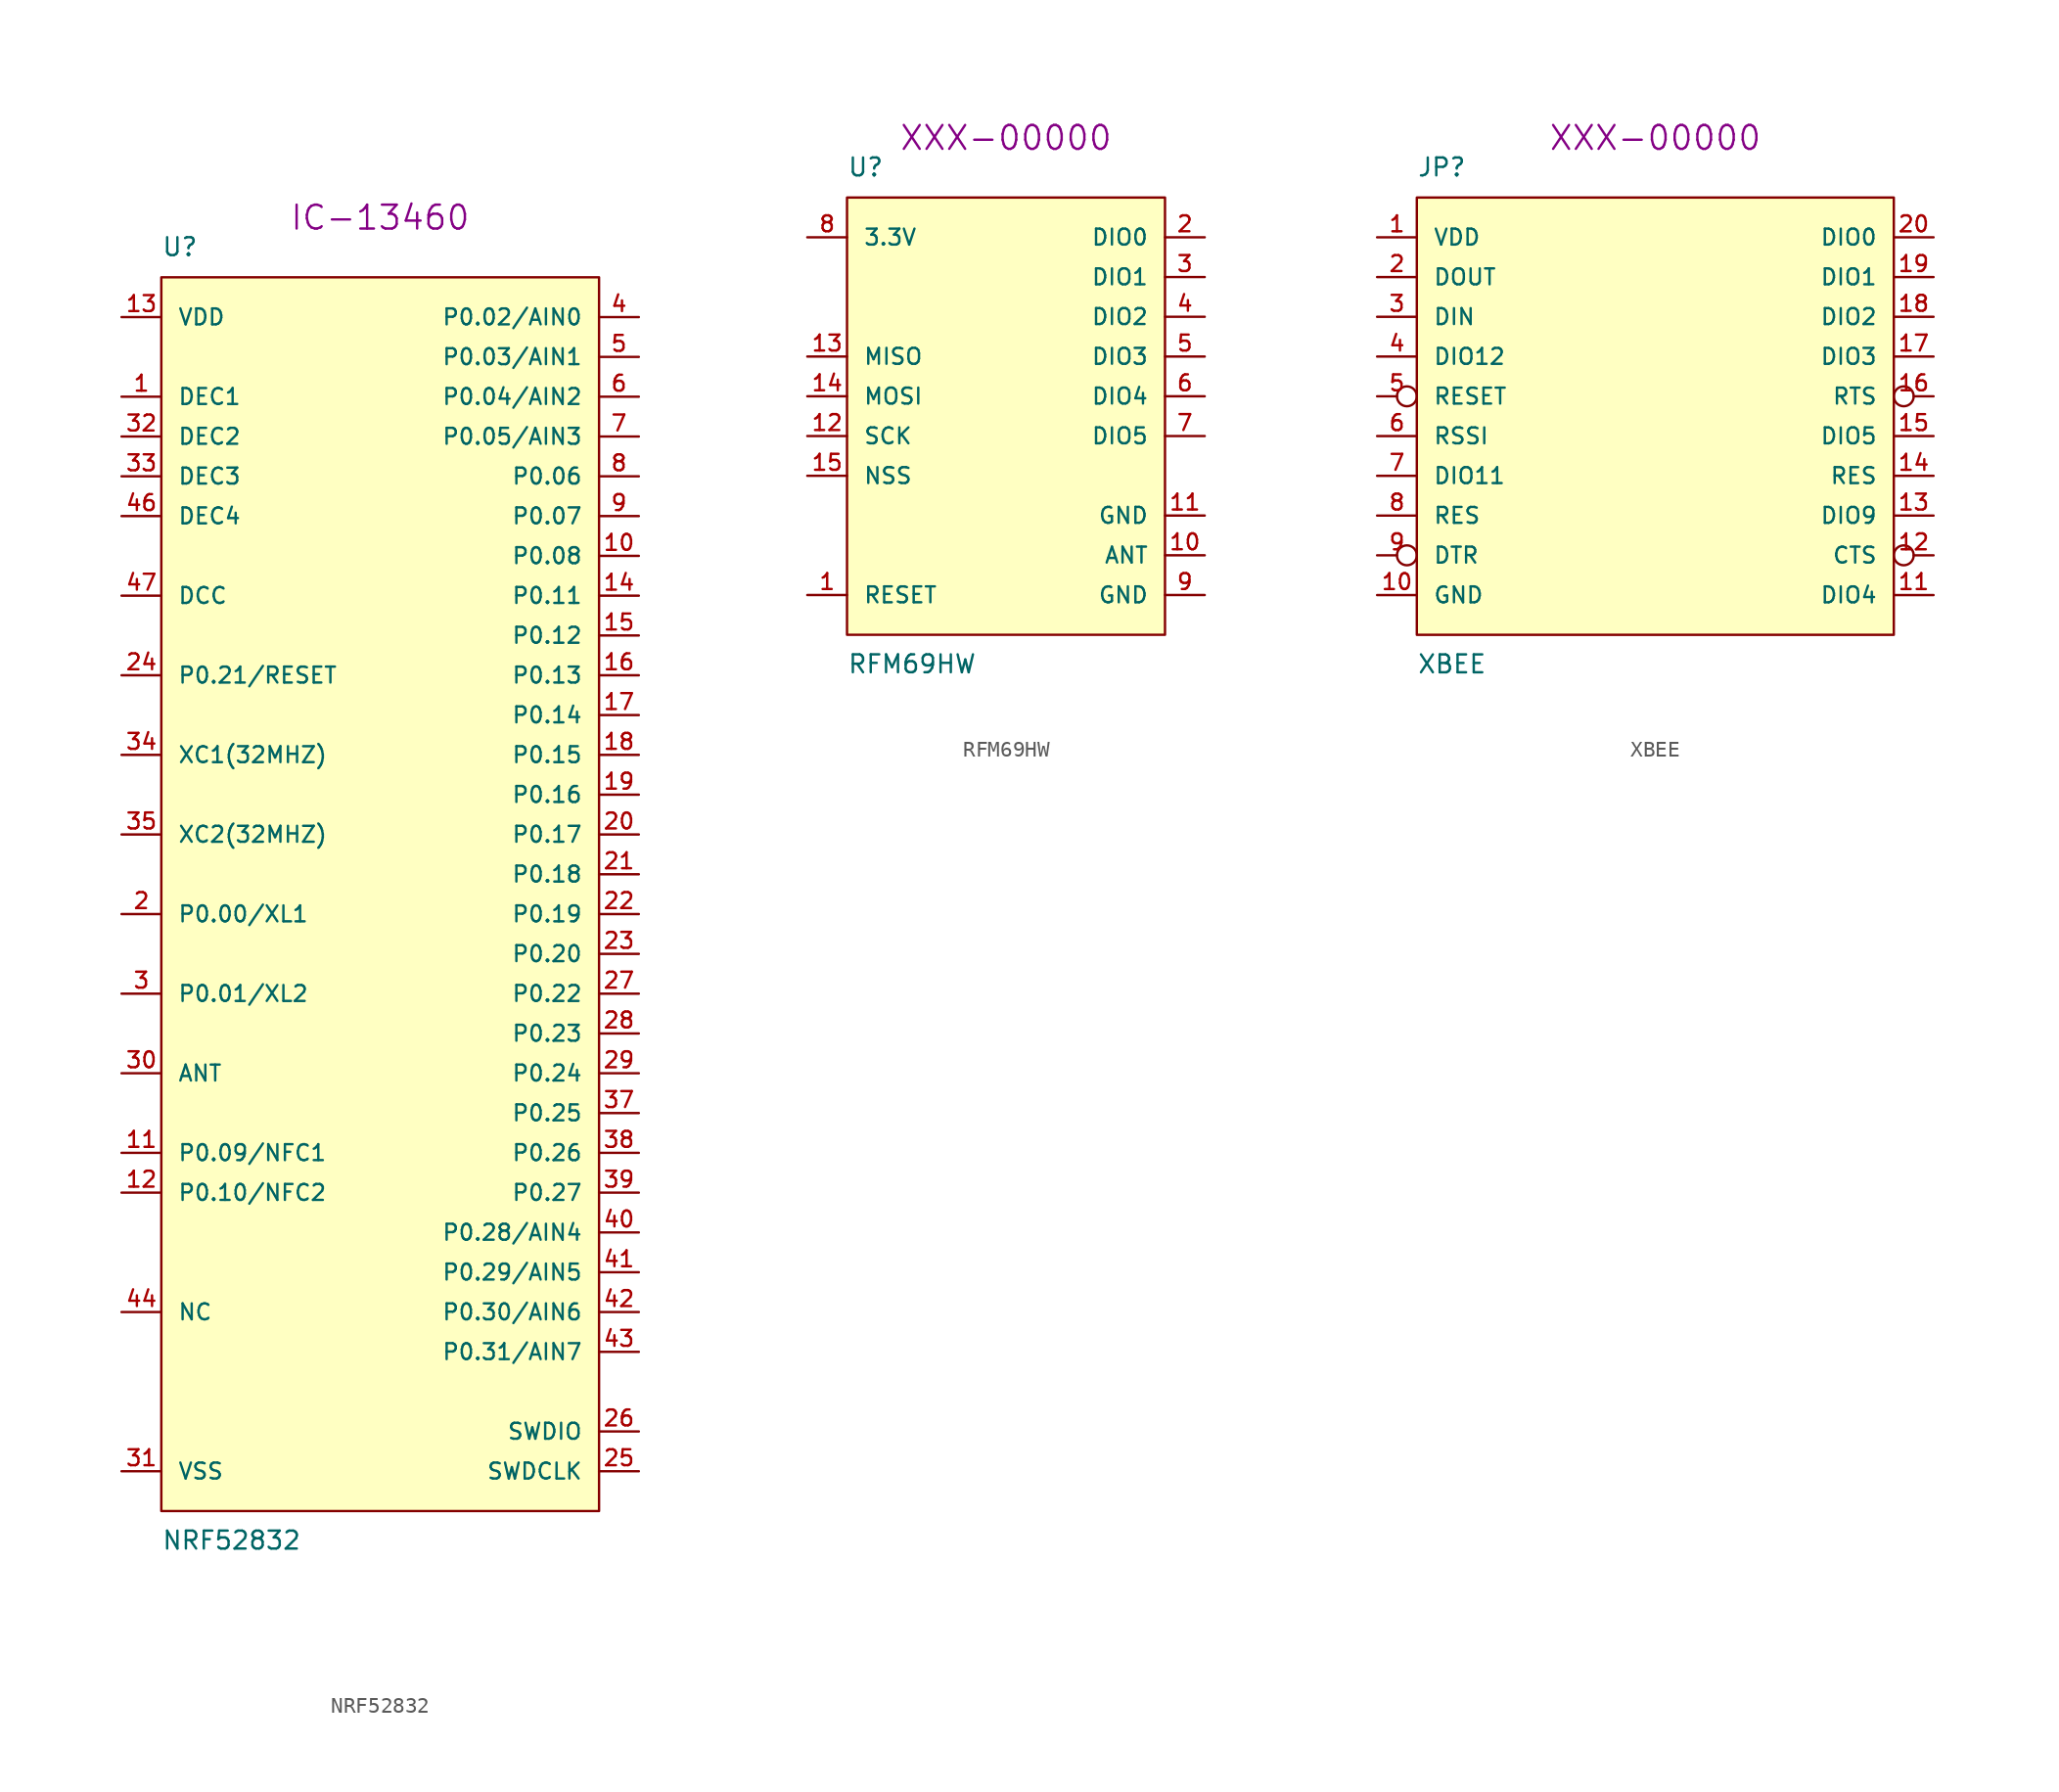
<source format=kicad_sym>
(kicad_symbol_lib
  (version 20201005)
  (generator kicad_symbol_editor)
  (symbol "NRF52832"
    (pin_names
      (offset 1.016))
    (property "Reference" "U"
      (at -13.97 39.37 0)
      (effects (font (size 1.143 1.143)) (justify left bottom)))
    (property "Value" "NRF52832"
      (at -13.97 -43.18 0)
      (effects (font (size 1.143 1.143)) (justify left bottom)))
    (property "Field4" "IC-13460"
      (at 0 41.91 0)
      (effects (font (size 1.524 1.524))))
    (property "ki_locked" ""
      (at 0 0 0)
      (effects (font (size 1.27 1.27))))
    (symbol "NRF52832_1_1"
      (polyline (pts (xy -13.97 38.1) (xy 13.97 38.1) (xy 13.97 -40.64) (xy -13.97 -40.64) (xy -13.97 38.1)) (stroke (width 0)) (fill (type background)))
      (pin bidirectional line (at -16.51 30.48 0) (length 2.54) (name "DEC1" (effects (font (size 1.016 1.016)))) (number "1" (effects (font (size 1.016 1.016)))))
      (pin bidirectional line (at -16.51 -2.54 0) (length 2.54) (name "P0.00/XL1" (effects (font (size 1.016 1.016)))) (number "2" (effects (font (size 1.016 1.016)))))
      (pin bidirectional line (at -16.51 -7.62 0) (length 2.54) (name "P0.01/XL2" (effects (font (size 1.016 1.016)))) (number "3" (effects (font (size 1.016 1.016)))))
      (pin bidirectional line (at 16.51 35.56 180) (length 2.54) (name "P0.02/AIN0" (effects (font (size 1.016 1.016)))) (number "4" (effects (font (size 1.016 1.016)))))
      (pin bidirectional line (at 16.51 33.02 180) (length 2.54) (name "P0.03/AIN1" (effects (font (size 1.016 1.016)))) (number "5" (effects (font (size 1.016 1.016)))))
      (pin bidirectional line (at 16.51 30.48 180) (length 2.54) (name "P0.04/AIN2" (effects (font (size 1.016 1.016)))) (number "6" (effects (font (size 1.016 1.016)))))
      (pin bidirectional line (at 16.51 27.94 180) (length 2.54) (name "P0.05/AIN3" (effects (font (size 1.016 1.016)))) (number "7" (effects (font (size 1.016 1.016)))))
      (pin bidirectional line (at 16.51 25.4 180) (length 2.54) (name "P0.06" (effects (font (size 1.016 1.016)))) (number "8" (effects (font (size 1.016 1.016)))))
      (pin bidirectional line (at 16.51 22.86 180) (length 2.54) (name "P0.07" (effects (font (size 1.016 1.016)))) (number "9" (effects (font (size 1.016 1.016)))))
      (pin bidirectional line (at 16.51 20.32 180) (length 2.54) (name "P0.08" (effects (font (size 1.016 1.016)))) (number "10" (effects (font (size 1.016 1.016)))))
      (pin bidirectional line (at 16.51 2.54 180) (length 2.54) (name "P0.17" (effects (font (size 1.016 1.016)))) (number "20" (effects (font (size 1.016 1.016)))))
      (pin bidirectional line (at -16.51 -12.7 0) (length 2.54) (name "ANT" (effects (font (size 1.016 1.016)))) (number "30" (effects (font (size 1.016 1.016)))))
      (pin bidirectional line (at 16.51 -22.86 180) (length 2.54) (name "P0.28/AIN4" (effects (font (size 1.016 1.016)))) (number "40" (effects (font (size 1.016 1.016)))))
      (pin bidirectional line (at -16.51 -17.78 0) (length 2.54) (name "P0.09/NFC1" (effects (font (size 1.016 1.016)))) (number "11" (effects (font (size 1.016 1.016)))))
      (pin bidirectional line (at 16.51 0 180) (length 2.54) (name "P0.18" (effects (font (size 1.016 1.016)))) (number "21" (effects (font (size 1.016 1.016)))))
      (pin bidirectional line (at -16.51 -38.1 0) (length 2.54) (name "VSS" (effects (font (size 1.016 1.016)))) (number "31" (effects (font (size 1.016 1.016)))))
      (pin bidirectional line (at 16.51 -25.4 180) (length 2.54) (name "P0.29/AIN5" (effects (font (size 1.016 1.016)))) (number "41" (effects (font (size 1.016 1.016)))))
      (pin bidirectional line (at -16.51 -20.32 0) (length 2.54) (name "P0.10/NFC2" (effects (font (size 1.016 1.016)))) (number "12" (effects (font (size 1.016 1.016)))))
      (pin bidirectional line (at 16.51 -2.54 180) (length 2.54) (name "P0.19" (effects (font (size 1.016 1.016)))) (number "22" (effects (font (size 1.016 1.016)))))
      (pin bidirectional line (at -16.51 27.94 0) (length 2.54) (name "DEC2" (effects (font (size 1.016 1.016)))) (number "32" (effects (font (size 1.016 1.016)))))
      (pin bidirectional line (at 16.51 -27.94 180) (length 2.54) (name "P0.30/AIN6" (effects (font (size 1.016 1.016)))) (number "42" (effects (font (size 1.016 1.016)))))
      (pin bidirectional line (at -16.51 35.56 0) (length 2.54) (name "VDD" (effects (font (size 1.016 1.016)))) (number "13" (effects (font (size 1.016 1.016)))))
      (pin bidirectional line (at 16.51 -5.08 180) (length 2.54) (name "P0.20" (effects (font (size 1.016 1.016)))) (number "23" (effects (font (size 1.016 1.016)))))
      (pin bidirectional line (at -16.51 25.4 0) (length 2.54) (name "DEC3" (effects (font (size 1.016 1.016)))) (number "33" (effects (font (size 1.016 1.016)))))
      (pin bidirectional line (at 16.51 -30.48 180) (length 2.54) (name "P0.31/AIN7" (effects (font (size 1.016 1.016)))) (number "43" (effects (font (size 1.016 1.016)))))
      (pin bidirectional line (at 16.51 17.78 180) (length 2.54) (name "P0.11" (effects (font (size 1.016 1.016)))) (number "14" (effects (font (size 1.016 1.016)))))
      (pin bidirectional line (at -16.51 12.7 0) (length 2.54) (name "P0.21/RESET" (effects (font (size 1.016 1.016)))) (number "24" (effects (font (size 1.016 1.016)))))
      (pin bidirectional line (at -16.51 7.62 0) (length 2.54) (name "XC1(32MHZ)" (effects (font (size 1.016 1.016)))) (number "34" (effects (font (size 1.016 1.016)))))
      (pin bidirectional line (at -16.51 -27.94 0) (length 2.54) (name "NC" (effects (font (size 1.016 1.016)))) (number "44" (effects (font (size 1.016 1.016)))))
      (pin bidirectional line (at 16.51 15.24 180) (length 2.54) (name "P0.12" (effects (font (size 1.016 1.016)))) (number "15" (effects (font (size 1.016 1.016)))))
      (pin bidirectional line (at 16.51 -38.1 180) (length 2.54) (name "SWDCLK" (effects (font (size 1.016 1.016)))) (number "25" (effects (font (size 1.016 1.016)))))
      (pin bidirectional line (at -16.51 2.54 0) (length 2.54) (name "XC2(32MHZ)" (effects (font (size 1.016 1.016)))) (number "35" (effects (font (size 1.016 1.016)))))
      (pin bidirectional line (at -16.51 -38.1 0) (length 2.54) hide (name "VSS" (effects (font (size 1.016 1.016)))) (number "45" (effects (font (size 1.016 1.016)))))
      (pin bidirectional line (at 16.51 12.7 180) (length 2.54) (name "P0.13" (effects (font (size 1.016 1.016)))) (number "16" (effects (font (size 1.016 1.016)))))
      (pin bidirectional line (at 16.51 -35.56 180) (length 2.54) (name "SWDIO" (effects (font (size 1.016 1.016)))) (number "26" (effects (font (size 1.016 1.016)))))
      (pin bidirectional line (at -16.51 35.56 0) (length 2.54) hide (name "VDD" (effects (font (size 1.016 1.016)))) (number "36" (effects (font (size 1.016 1.016)))))
      (pin bidirectional line (at -16.51 22.86 0) (length 2.54) (name "DEC4" (effects (font (size 1.016 1.016)))) (number "46" (effects (font (size 1.016 1.016)))))
      (pin bidirectional line (at 16.51 10.16 180) (length 2.54) (name "P0.14" (effects (font (size 1.016 1.016)))) (number "17" (effects (font (size 1.016 1.016)))))
      (pin bidirectional line (at 16.51 -7.62 180) (length 2.54) (name "P0.22" (effects (font (size 1.016 1.016)))) (number "27" (effects (font (size 1.016 1.016)))))
      (pin bidirectional line (at 16.51 -15.24 180) (length 2.54) (name "P0.25" (effects (font (size 1.016 1.016)))) (number "37" (effects (font (size 1.016 1.016)))))
      (pin bidirectional line (at -16.51 17.78 0) (length 2.54) (name "DCC" (effects (font (size 1.016 1.016)))) (number "47" (effects (font (size 1.016 1.016)))))
      (pin bidirectional line (at 16.51 7.62 180) (length 2.54) (name "P0.15" (effects (font (size 1.016 1.016)))) (number "18" (effects (font (size 1.016 1.016)))))
      (pin bidirectional line (at 16.51 -10.16 180) (length 2.54) (name "P0.23" (effects (font (size 1.016 1.016)))) (number "28" (effects (font (size 1.016 1.016)))))
      (pin bidirectional line (at 16.51 -17.78 180) (length 2.54) (name "P0.26" (effects (font (size 1.016 1.016)))) (number "38" (effects (font (size 1.016 1.016)))))
      (pin bidirectional line (at -16.51 35.56 0) (length 2.54) hide (name "VDD" (effects (font (size 1.016 1.016)))) (number "48" (effects (font (size 1.016 1.016)))))
      (pin bidirectional line (at 16.51 5.08 180) (length 2.54) (name "P0.16" (effects (font (size 1.016 1.016)))) (number "19" (effects (font (size 1.016 1.016)))))
      (pin bidirectional line (at 16.51 -12.7 180) (length 2.54) (name "P0.24" (effects (font (size 1.016 1.016)))) (number "29" (effects (font (size 1.016 1.016)))))
      (pin bidirectional line (at 16.51 -20.32 180) (length 2.54) (name "P0.27" (effects (font (size 1.016 1.016)))) (number "39" (effects (font (size 1.016 1.016)))))
      (pin bidirectional line (at -16.51 -38.1 0) (length 2.54) hide (name "VSS" (effects (font (size 1.016 1.016)))) (number "EP" (effects (font (size 1.016 1.016)))))))
  (symbol "RFM69HW"
    (pin_names
      (offset 1.016))
    (property "Reference" "U"
      (at -10.16 16.51 0)
      (effects (font (size 1.143 1.143)) (justify left bottom)))
    (property "Value" "RFM69HW"
      (at -10.16 -15.24 0)
      (effects (font (size 1.143 1.143)) (justify left bottom)))
    (property "Field4" "XXX-00000"
      (at 0 19.05 0)
      (effects (font (size 1.524 1.524))))
    (property "ki_locked" ""
      (at 0 0 0)
      (effects (font (size 1.27 1.27))))
    (symbol "RFM69HW_1_1"
      (polyline (pts (xy -10.16 15.24) (xy -10.16 -12.7) (xy 10.16 -12.7) (xy 10.16 15.24) (xy -10.16 15.24)) (stroke (width 0)) (fill (type background)))
      (pin input line (at -12.7 -10.16 0) (length 2.54) (name "RESET" (effects (font (size 1.016 1.016)))) (number "1" (effects (font (size 1.016 1.016)))))
      (pin bidirectional line (at 12.7 12.7 180) (length 2.54) (name "DIO0" (effects (font (size 1.016 1.016)))) (number "2" (effects (font (size 1.016 1.016)))))
      (pin bidirectional line (at 12.7 10.16 180) (length 2.54) (name "DIO1" (effects (font (size 1.016 1.016)))) (number "3" (effects (font (size 1.016 1.016)))))
      (pin bidirectional line (at 12.7 7.62 180) (length 2.54) (name "DIO2" (effects (font (size 1.016 1.016)))) (number "4" (effects (font (size 1.016 1.016)))))
      (pin bidirectional line (at 12.7 5.08 180) (length 2.54) (name "DIO3" (effects (font (size 1.016 1.016)))) (number "5" (effects (font (size 1.016 1.016)))))
      (pin bidirectional line (at 12.7 2.54 180) (length 2.54) (name "DIO4" (effects (font (size 1.016 1.016)))) (number "6" (effects (font (size 1.016 1.016)))))
      (pin bidirectional line (at 12.7 0 180) (length 2.54) (name "DIO5" (effects (font (size 1.016 1.016)))) (number "7" (effects (font (size 1.016 1.016)))))
      (pin power_in line (at -12.7 12.7 0) (length 2.54) (name "3.3V" (effects (font (size 1.016 1.016)))) (number "8" (effects (font (size 1.016 1.016)))))
      (pin power_in line (at 12.7 -10.16 180) (length 2.54) (name "GND" (effects (font (size 1.016 1.016)))) (number "9" (effects (font (size 1.016 1.016)))))
      (pin passive line (at 12.7 -7.62 180) (length 2.54) (name "ANT" (effects (font (size 1.016 1.016)))) (number "10" (effects (font (size 1.016 1.016)))))
      (pin power_in line (at 12.7 -5.08 180) (length 2.54) (name "GND" (effects (font (size 1.016 1.016)))) (number "11" (effects (font (size 1.016 1.016)))))
      (pin input line (at -12.7 0 0) (length 2.54) (name "SCK" (effects (font (size 1.016 1.016)))) (number "12" (effects (font (size 1.016 1.016)))))
      (pin bidirectional line (at -12.7 5.08 0) (length 2.54) (name "MISO" (effects (font (size 1.016 1.016)))) (number "13" (effects (font (size 1.016 1.016)))))
      (pin input line (at -12.7 2.54 0) (length 2.54) (name "MOSI" (effects (font (size 1.016 1.016)))) (number "14" (effects (font (size 1.016 1.016)))))
      (pin input line (at -12.7 -2.54 0) (length 2.54) (name "NSS" (effects (font (size 1.016 1.016)))) (number "15" (effects (font (size 1.016 1.016)))))))
  (symbol "XBEE"
    (pin_names
      (offset 1.016))
    (property "Reference" "JP"
      (at -15.24 13.97 0)
      (effects (font (size 1.143 1.143)) (justify left bottom)))
    (property "Value" "XBEE"
      (at -15.24 -17.78 0)
      (effects (font (size 1.143 1.143)) (justify left bottom)))
    (property "Field4" "XXX-00000"
      (at 0 16.51 0)
      (effects (font (size 1.524 1.524))))
    (property "ki_locked" ""
      (at 0 0 0)
      (effects (font (size 1.27 1.27))))
    (symbol "XBEE_1_1"
      (polyline (pts (xy -15.24 12.7) (xy 15.24 12.7) (xy 15.24 -15.24) (xy -15.24 -15.24) (xy -15.24 12.7)) (stroke (width 0)) (fill (type background)))
      (pin power_in line (at -17.78 10.16 0) (length 2.54) (name "VDD" (effects (font (size 1.016 1.016)))) (number "1" (effects (font (size 1.016 1.016)))))
      (pin output line (at -17.78 7.62 0) (length 2.54) (name "DOUT" (effects (font (size 1.016 1.016)))) (number "2" (effects (font (size 1.016 1.016)))))
      (pin input line (at -17.78 5.08 0) (length 2.54) (name "DIN" (effects (font (size 1.016 1.016)))) (number "3" (effects (font (size 1.016 1.016)))))
      (pin bidirectional line (at -17.78 2.54 0) (length 2.54) (name "DIO12" (effects (font (size 1.016 1.016)))) (number "4" (effects (font (size 1.016 1.016)))))
      (pin input inverted (at -17.78 0 0) (length 2.54) (name "RESET" (effects (font (size 1.016 1.016)))) (number "5" (effects (font (size 1.016 1.016)))))
      (pin bidirectional line (at -17.78 -2.54 0) (length 2.54) (name "RSSI" (effects (font (size 1.016 1.016)))) (number "6" (effects (font (size 1.016 1.016)))))
      (pin bidirectional line (at -17.78 -5.08 0) (length 2.54) (name "DIO11" (effects (font (size 1.016 1.016)))) (number "7" (effects (font (size 1.016 1.016)))))
      (pin bidirectional line (at -17.78 -7.62 0) (length 2.54) (name "RES" (effects (font (size 1.016 1.016)))) (number "8" (effects (font (size 1.016 1.016)))))
      (pin bidirectional inverted (at -17.78 -10.16 0) (length 2.54) (name "DTR" (effects (font (size 1.016 1.016)))) (number "9" (effects (font (size 1.016 1.016)))))
      (pin power_in line (at -17.78 -12.7 0) (length 2.54) (name "GND" (effects (font (size 1.016 1.016)))) (number "10" (effects (font (size 1.016 1.016)))))
      (pin bidirectional line (at 17.78 10.16 180) (length 2.54) (name "DIO0" (effects (font (size 1.016 1.016)))) (number "20" (effects (font (size 1.016 1.016)))))
      (pin bidirectional line (at 17.78 -12.7 180) (length 2.54) (name "DIO4" (effects (font (size 1.016 1.016)))) (number "11" (effects (font (size 1.016 1.016)))))
      (pin output inverted (at 17.78 -10.16 180) (length 2.54) (name "CTS" (effects (font (size 1.016 1.016)))) (number "12" (effects (font (size 1.016 1.016)))))
      (pin bidirectional line (at 17.78 -7.62 180) (length 2.54) (name "DIO9" (effects (font (size 1.016 1.016)))) (number "13" (effects (font (size 1.016 1.016)))))
      (pin bidirectional line (at 17.78 -5.08 180) (length 2.54) (name "RES" (effects (font (size 1.016 1.016)))) (number "14" (effects (font (size 1.016 1.016)))))
      (pin bidirectional line (at 17.78 -2.54 180) (length 2.54) (name "DIO5" (effects (font (size 1.016 1.016)))) (number "15" (effects (font (size 1.016 1.016)))))
      (pin input inverted (at 17.78 0 180) (length 2.54) (name "RTS" (effects (font (size 1.016 1.016)))) (number "16" (effects (font (size 1.016 1.016)))))
      (pin bidirectional line (at 17.78 2.54 180) (length 2.54) (name "DIO3" (effects (font (size 1.016 1.016)))) (number "17" (effects (font (size 1.016 1.016)))))
      (pin bidirectional line (at 17.78 5.08 180) (length 2.54) (name "DIO2" (effects (font (size 1.016 1.016)))) (number "18" (effects (font (size 1.016 1.016)))))
      (pin bidirectional line (at 17.78 7.62 180) (length 2.54) (name "DIO1" (effects (font (size 1.016 1.016)))) (number "19" (effects (font (size 1.016 1.016))))))))
</source>
